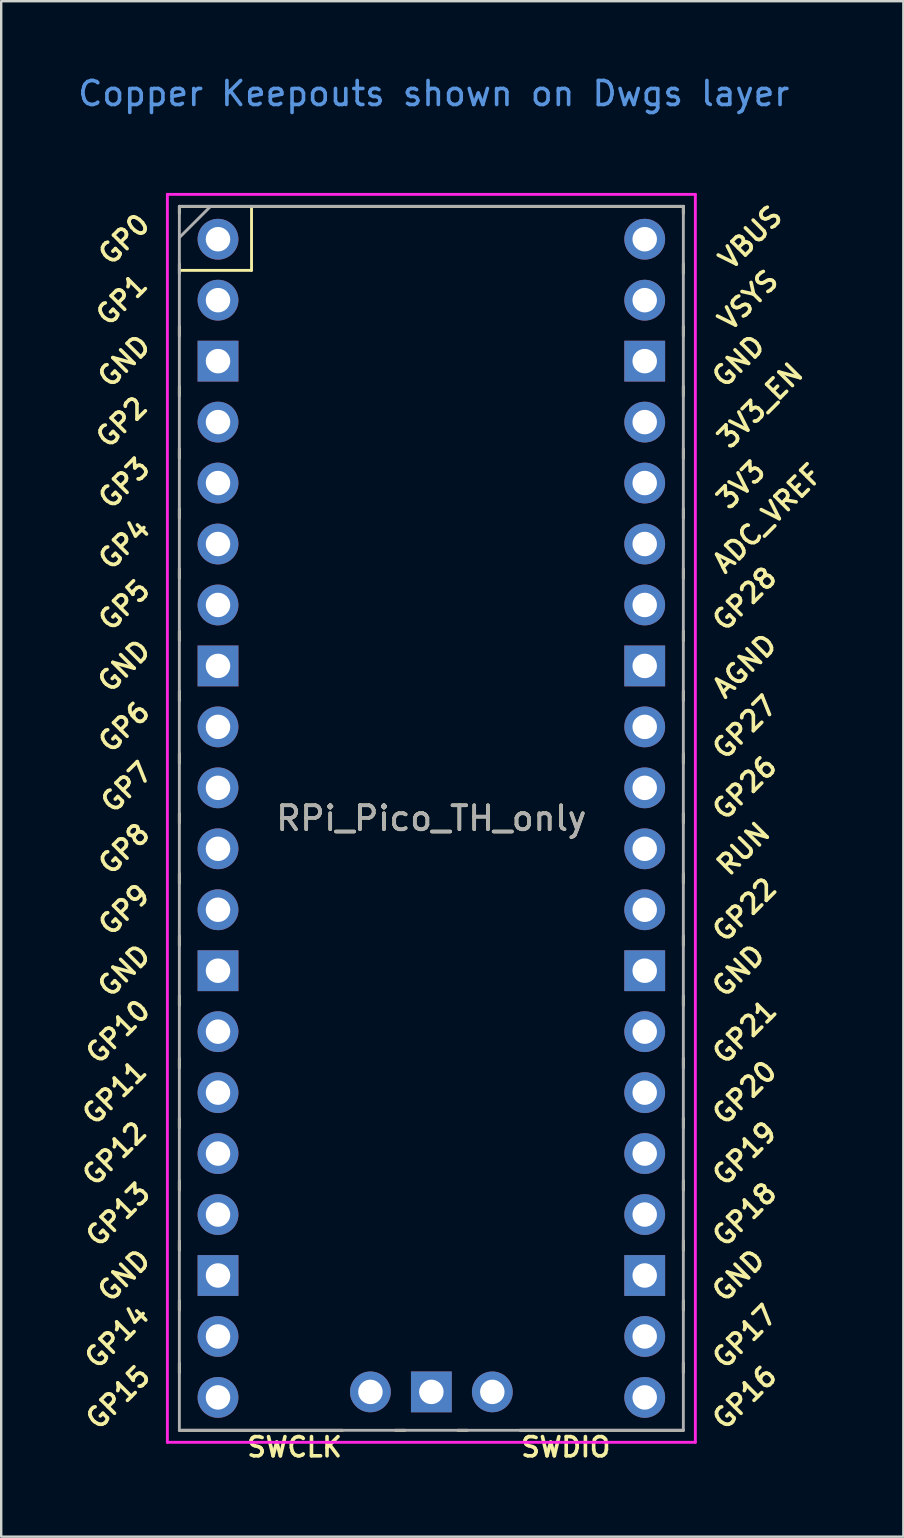
<source format=kicad_pcb>
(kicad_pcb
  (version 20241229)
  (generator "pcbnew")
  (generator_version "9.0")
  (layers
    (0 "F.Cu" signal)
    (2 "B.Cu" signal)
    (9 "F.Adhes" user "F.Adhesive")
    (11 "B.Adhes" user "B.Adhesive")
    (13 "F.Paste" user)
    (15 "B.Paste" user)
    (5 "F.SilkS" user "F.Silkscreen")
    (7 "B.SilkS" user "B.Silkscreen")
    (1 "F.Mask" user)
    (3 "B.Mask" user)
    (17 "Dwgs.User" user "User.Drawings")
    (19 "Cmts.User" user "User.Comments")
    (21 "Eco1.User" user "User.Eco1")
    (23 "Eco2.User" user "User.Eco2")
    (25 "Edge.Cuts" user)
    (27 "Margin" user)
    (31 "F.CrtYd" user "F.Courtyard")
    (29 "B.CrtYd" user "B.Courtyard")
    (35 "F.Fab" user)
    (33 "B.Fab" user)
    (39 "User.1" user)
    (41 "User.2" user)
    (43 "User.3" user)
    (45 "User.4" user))
  (footprint "RPi_Pico_TH_only"
    (layer "F.Cu")
    (at 14.924 31.048)
    (property "Reference" "RPi_Pico_TH_only" (at 0 0 0) (layer "F.SilkS") (effects (font (size 1 1) (thickness 0.15))))
    (attr through_hole)
    (fp_line (start -10.5 -25.5) (end -10.5 -25.2) (stroke (width 0.12) (type solid)) (layer "F.SilkS"))
    (fp_line (start -10.5 -25.5) (end 10.5 -25.5) (stroke (width 0.12) (type solid)) (layer "F.SilkS"))
    (fp_line (start -10.5 -23.1) (end -10.5 -22.7) (stroke (width 0.12) (type solid)) (layer "F.SilkS"))
    (fp_line (start -10.5 -22.833) (end -7.493 -22.833) (stroke (width 0.12) (type solid)) (layer "F.SilkS"))
    (fp_line (start -10.5 -20.5) (end -10.5 -20.1) (stroke (width 0.12) (type solid)) (layer "F.SilkS"))
    (fp_line (start -10.5 -18) (end -10.5 -17.6) (stroke (width 0.12) (type solid)) (layer "F.SilkS"))
    (fp_line (start -10.5 -15.4) (end -10.5 -15) (stroke (width 0.12) (type solid)) (layer "F.SilkS"))
    (fp_line (start -10.5 -12.9) (end -10.5 -12.5) (stroke (width 0.12) (type solid)) (layer "F.SilkS"))
    (fp_line (start -10.5 -10.4) (end -10.5 -10) (stroke (width 0.12) (type solid)) (layer "F.SilkS"))
    (fp_line (start -10.5 -7.8) (end -10.5 -7.4) (stroke (width 0.12) (type solid)) (layer "F.SilkS"))
    (fp_line (start -10.5 -5.3) (end -10.5 -4.9) (stroke (width 0.12) (type solid)) (layer "F.SilkS"))
    (fp_line (start -10.5 -2.7) (end -10.5 -2.3) (stroke (width 0.12) (type solid)) (layer "F.SilkS"))
    (fp_line (start -10.5 -0.2) (end -10.5 0.2) (stroke (width 0.12) (type solid)) (layer "F.SilkS"))
    (fp_line (start -10.5 2.3) (end -10.5 2.7) (stroke (width 0.12) (type solid)) (layer "F.SilkS"))
    (fp_line (start -10.5 4.9) (end -10.5 5.3) (stroke (width 0.12) (type solid)) (layer "F.SilkS"))
    (fp_line (start -10.5 7.4) (end -10.5 7.8) (stroke (width 0.12) (type solid)) (layer "F.SilkS"))
    (fp_line (start -10.5 10) (end -10.5 10.4) (stroke (width 0.12) (type solid)) (layer "F.SilkS"))
    (fp_line (start -10.5 12.5) (end -10.5 12.9) (stroke (width 0.12) (type solid)) (layer "F.SilkS"))
    (fp_line (start -10.5 15.1) (end -10.5 15.5) (stroke (width 0.12) (type solid)) (layer "F.SilkS"))
    (fp_line (start -10.5 17.6) (end -10.5 18) (stroke (width 0.12) (type solid)) (layer "F.SilkS"))
    (fp_line (start -10.5 20.1) (end -10.5 20.5) (stroke (width 0.12) (type solid)) (layer "F.SilkS"))
    (fp_line (start -10.5 22.7) (end -10.5 23.1) (stroke (width 0.12) (type solid)) (layer "F.SilkS"))
    (fp_line (start -7.493 -22.833) (end -7.493 -25.5) (stroke (width 0.12) (type solid)) (layer "F.SilkS"))
    (fp_line (start -3.7 25.5) (end -10.5 25.5) (stroke (width 0.12) (type solid)) (layer "F.SilkS"))
    (fp_line (start -1.5 25.5) (end -1.1 25.5) (stroke (width 0.12) (type solid)) (layer "F.SilkS"))
    (fp_line (start 1.1 25.5) (end 1.5 25.5) (stroke (width 0.12) (type solid)) (layer "F.SilkS"))
    (fp_line (start 10.5 -25.5) (end 10.5 -25.2) (stroke (width 0.12) (type solid)) (layer "F.SilkS"))
    (fp_line (start 10.5 -23.1) (end 10.5 -22.7) (stroke (width 0.12) (type solid)) (layer "F.SilkS"))
    (fp_line (start 10.5 -20.5) (end 10.5 -20.1) (stroke (width 0.12) (type solid)) (layer "F.SilkS"))
    (fp_line (start 10.5 -18) (end 10.5 -17.6) (stroke (width 0.12) (type solid)) (layer "F.SilkS"))
    (fp_line (start 10.5 -15.4) (end 10.5 -15) (stroke (width 0.12) (type solid)) (layer "F.SilkS"))
    (fp_line (start 10.5 -12.9) (end 10.5 -12.5) (stroke (width 0.12) (type solid)) (layer "F.SilkS"))
    (fp_line (start 10.5 -10.4) (end 10.5 -10) (stroke (width 0.12) (type solid)) (layer "F.SilkS"))
    (fp_line (start 10.5 -7.8) (end 10.5 -7.4) (stroke (width 0.12) (type solid)) (layer "F.SilkS"))
    (fp_line (start 10.5 -5.3) (end 10.5 -4.9) (stroke (width 0.12) (type solid)) (layer "F.SilkS"))
    (fp_line (start 10.5 -2.7) (end 10.5 -2.3) (stroke (width 0.12) (type solid)) (layer "F.SilkS"))
    (fp_line (start 10.5 -0.2) (end 10.5 0.2) (stroke (width 0.12) (type solid)) (layer "F.SilkS"))
    (fp_line (start 10.5 2.3) (end 10.5 2.7) (stroke (width 0.12) (type solid)) (layer "F.SilkS"))
    (fp_line (start 10.5 4.9) (end 10.5 5.3) (stroke (width 0.12) (type solid)) (layer "F.SilkS"))
    (fp_line (start 10.5 7.4) (end 10.5 7.8) (stroke (width 0.12) (type solid)) (layer "F.SilkS"))
    (fp_line (start 10.5 10) (end 10.5 10.4) (stroke (width 0.12) (type solid)) (layer "F.SilkS"))
    (fp_line (start 10.5 12.5) (end 10.5 12.9) (stroke (width 0.12) (type solid)) (layer "F.SilkS"))
    (fp_line (start 10.5 15.1) (end 10.5 15.5) (stroke (width 0.12) (type solid)) (layer "F.SilkS"))
    (fp_line (start 10.5 17.6) (end 10.5 18) (stroke (width 0.12) (type solid)) (layer "F.SilkS"))
    (fp_line (start 10.5 20.1) (end 10.5 20.5) (stroke (width 0.12) (type solid)) (layer "F.SilkS"))
    (fp_line (start 10.5 22.7) (end 10.5 23.1) (stroke (width 0.12) (type solid)) (layer "F.SilkS"))
    (fp_line (start 10.5 25.5) (end 3.7 25.5) (stroke (width 0.12) (type solid)) (layer "F.SilkS"))
    (fp_line (start -11 -26) (end 11 -26) (stroke (width 0.12) (type solid)) (layer "F.CrtYd"))
    (fp_line (start -11 26) (end -11 -26) (stroke (width 0.12) (type solid)) (layer "F.CrtYd"))
    (fp_line (start 11 -26) (end 11 26) (stroke (width 0.12) (type solid)) (layer "F.CrtYd"))
    (fp_line (start 11 26) (end -11 26) (stroke (width 0.12) (type solid)) (layer "F.CrtYd"))
    (fp_line (start -10.5 -25.5) (end 10.5 -25.5) (stroke (width 0.12) (type solid)) (layer "F.Fab"))
    (fp_line (start -10.5 -24.2) (end -9.2 -25.5) (stroke (width 0.12) (type solid)) (layer "F.Fab"))
    (fp_line (start -10.5 25.5) (end -10.5 -25.5) (stroke (width 0.12) (type solid)) (layer "F.Fab"))
    (fp_line (start 10.5 -25.5) (end 10.5 25.5) (stroke (width 0.12) (type solid)) (layer "F.Fab"))
    (fp_line (start 10.5 25.5) (end -10.5 25.5) (stroke (width 0.12) (type solid)) (layer "F.Fab"))
    (fp_text user "SWDIO" (at 5.6 26.2 0) (layer "F.SilkS") (effects (font (size 0.8 0.8) (thickness 0.15))))
    (fp_text user "GP1" (at -12.9 -21.6 45) (layer "F.SilkS") (effects (font (size 0.8 0.8) (thickness 0.15))))
    (fp_text user "GP16" (at 13.054 24.13 45) (layer "F.SilkS") (effects (font (size 0.8 0.8) (thickness 0.15))))
    (fp_text user "SWCLK" (at -5.7 26.2 0) (layer "F.SilkS") (effects (font (size 0.8 0.8) (thickness 0.15))))
    (fp_text user "GP12" (at -13.2 13.97 45) (layer "F.SilkS") (effects (font (size 0.8 0.8) (thickness 0.15))))
    (fp_text user "GP26" (at 13.054 -1.27 45) (layer "F.SilkS") (effects (font (size 0.8 0.8) (thickness 0.15))))
    (fp_text user "GP20" (at 13.054 11.43 45) (layer "F.SilkS") (effects (font (size 0.8 0.8) (thickness 0.15))))
    (fp_text user "GP13" (at -13.054 16.51 45) (layer "F.SilkS") (effects (font (size 0.8 0.8) (thickness 0.15))))
    (fp_text user "GP19" (at 13.054 13.97 45) (layer "F.SilkS") (effects (font (size 0.8 0.8) (thickness 0.15))))
    (fp_text user "GP4" (at -12.8 -11.43 45) (layer "F.SilkS") (effects (font (size 0.8 0.8) (thickness 0.15))))
    (fp_text user "GP2" (at -12.9 -16.51 45) (layer "F.SilkS") (effects (font (size 0.8 0.8) (thickness 0.15))))
    (fp_text user "GP17" (at 13.054 21.59 45) (layer "F.SilkS") (effects (font (size 0.8 0.8) (thickness 0.15))))
    (fp_text user "GP7" (at -12.7 -1.3 45) (layer "F.SilkS") (effects (font (size 0.8 0.8) (thickness 0.15))))
    (fp_text user "GND" (at -12.8 -19.05 45) (layer "F.SilkS") (effects (font (size 0.8 0.8) (thickness 0.15))))
    (fp_text user "VSYS" (at 13.2 -21.59 45) (layer "F.SilkS") (effects (font (size 0.8 0.8) (thickness 0.15))))
    (fp_text user "GP15" (at -13.054 24.13 45) (layer "F.SilkS") (effects (font (size 0.8 0.8) (thickness 0.15))))
    (fp_text user "GP8" (at -12.8 1.27 45) (layer "F.SilkS") (effects (font (size 0.8 0.8) (thickness 0.15))))
    (fp_text user "GP22" (at 13.054 3.81 45) (layer "F.SilkS") (effects (font (size 0.8 0.8) (thickness 0.15))))
    (fp_text user "RUN" (at 13 1.27 45) (layer "F.SilkS") (effects (font (size 0.8 0.8) (thickness 0.15))))
    (fp_text user "3V3" (at 12.9 -13.9 45) (layer "F.SilkS") (effects (font (size 0.8 0.8) (thickness 0.15))))
    (fp_text user "GP28" (at 13.054 -9.144 45) (layer "F.SilkS") (effects (font (size 0.8 0.8) (thickness 0.15))))
    (fp_text user "GP0" (at -12.8 -24.13 45) (layer "F.SilkS") (effects (font (size 0.8 0.8) (thickness 0.15))))
    (fp_text user "GND" (at -12.8 19.05 45) (layer "F.SilkS") (effects (font (size 0.8 0.8) (thickness 0.15))))
    (fp_text user "AGND" (at 13.054 -6.35 45) (layer "F.SilkS") (effects (font (size 0.8 0.8) (thickness 0.15))))
    (fp_text user "GND" (at 12.8 19.05 45) (layer "F.SilkS") (effects (font (size 0.8 0.8) (thickness 0.15))))
    (fp_text user "VBUS" (at 13.3 -24.2 45) (layer "F.SilkS") (effects (font (size 0.8 0.8) (thickness 0.15))))
    (fp_text user "GP21" (at 13.054 8.9 45) (layer "F.SilkS") (effects (font (size 0.8 0.8) (thickness 0.15))))
    (fp_text user "3V3_EN" (at 13.7 -17.2 45) (layer "F.SilkS") (effects (font (size 0.8 0.8) (thickness 0.15))))
    (fp_text user "GND" (at -12.8 -6.35 45) (layer "F.SilkS") (effects (font (size 0.8 0.8) (thickness 0.15))))
    (fp_text user "GP18" (at 13.054 16.51 45) (layer "F.SilkS") (effects (font (size 0.8 0.8) (thickness 0.15))))
    (fp_text user "GP5" (at -12.8 -8.89 45) (layer "F.SilkS") (effects (font (size 0.8 0.8) (thickness 0.15))))
    (fp_text user "GP10" (at -13.054 8.89 45) (layer "F.SilkS") (effects (font (size 0.8 0.8) (thickness 0.15))))
    (fp_text user "GND" (at 12.8 6.35 45) (layer "F.SilkS") (effects (font (size 0.8 0.8) (thickness 0.15))))
    (fp_text user "GP3" (at -12.8 -13.97 45) (layer "F.SilkS") (effects (font (size 0.8 0.8) (thickness 0.15))))
    (fp_text user "ADC_VREF" (at 14 -12.5 45) (layer "F.SilkS") (effects (font (size 0.8 0.8) (thickness 0.15))))
    (fp_text user "GP6" (at -12.8 -3.81 45) (layer "F.SilkS") (effects (font (size 0.8 0.8) (thickness 0.15))))
    (fp_text user "GP9" (at -12.8 3.81 45) (layer "F.SilkS") (effects (font (size 0.8 0.8) (thickness 0.15))))
    (fp_text user "GP27" (at 13.054 -3.8 45) (layer "F.SilkS") (effects (font (size 0.8 0.8) (thickness 0.15))))
    (fp_text user "GND" (at 12.8 -19.05 45) (layer "F.SilkS") (effects (font (size 0.8 0.8) (thickness 0.15))))
    (fp_text user "GND" (at -12.8 6.35 45) (layer "F.SilkS") (effects (font (size 0.8 0.8) (thickness 0.15))))
    (fp_text user "GP14" (at -13.1 21.59 45) (layer "F.SilkS") (effects (font (size 0.8 0.8) (thickness 0.15))))
    (fp_text user "GP11" (at -13.2 11.43 45) (layer "F.SilkS") (effects (font (size 0.8 0.8) (thickness 0.15))))
    (fp_text user "Copper Keepouts shown on Dwgs layer" (at 0.1 -30.2 0) (layer "Cmts.User") (effects (font (size 1 1) (thickness 0.15))))
    (fp_text user "${REFERENCE}" (at 0 0 180) (layer "F.Fab") (effects (font (size 1 1) (thickness 0.15))))
    (pad "1" thru_hole oval (at -8.89 -24.13) (size 1.7 1.7) (drill 1.02) (layers "*.Cu" "*.Mask"))
    (pad "2" thru_hole oval (at -8.89 -21.59) (size 1.7 1.7) (drill 1.02) (layers "*.Cu" "*.Mask"))
    (pad "3" thru_hole rect (at -8.89 -19.05) (size 1.7 1.7) (drill 1.02) (layers "*.Cu" "*.Mask"))
    (pad "4" thru_hole oval (at -8.89 -16.51) (size 1.7 1.7) (drill 1.02) (layers "*.Cu" "*.Mask"))
    (pad "5" thru_hole oval (at -8.89 -13.97) (size 1.7 1.7) (drill 1.02) (layers "*.Cu" "*.Mask"))
    (pad "6" thru_hole oval (at -8.89 -11.43) (size 1.7 1.7) (drill 1.02) (layers "*.Cu" "*.Mask"))
    (pad "7" thru_hole oval (at -8.89 -8.89) (size 1.7 1.7) (drill 1.02) (layers "*.Cu" "*.Mask"))
    (pad "8" thru_hole rect (at -8.89 -6.35) (size 1.7 1.7) (drill 1.02) (layers "*.Cu" "*.Mask"))
    (pad "9" thru_hole oval (at -8.89 -3.81) (size 1.7 1.7) (drill 1.02) (layers "*.Cu" "*.Mask"))
    (pad "10" thru_hole oval (at -8.89 -1.27) (size 1.7 1.7) (drill 1.02) (layers "*.Cu" "*.Mask"))
    (pad "11" thru_hole oval (at -8.89 1.27) (size 1.7 1.7) (drill 1.02) (layers "*.Cu" "*.Mask"))
    (pad "12" thru_hole oval (at -8.89 3.81) (size 1.7 1.7) (drill 1.02) (layers "*.Cu" "*.Mask"))
    (pad "13" thru_hole rect (at -8.89 6.35) (size 1.7 1.7) (drill 1.02) (layers "*.Cu" "*.Mask"))
    (pad "14" thru_hole oval (at -8.89 8.89) (size 1.7 1.7) (drill 1.02) (layers "*.Cu" "*.Mask"))
    (pad "15" thru_hole oval (at -8.89 11.43) (size 1.7 1.7) (drill 1.02) (layers "*.Cu" "*.Mask"))
    (pad "16" thru_hole oval (at -8.89 13.97) (size 1.7 1.7) (drill 1.02) (layers "*.Cu" "*.Mask"))
    (pad "17" thru_hole oval (at -8.89 16.51) (size 1.7 1.7) (drill 1.02) (layers "*.Cu" "*.Mask"))
    (pad "18" thru_hole rect (at -8.89 19.05) (size 1.7 1.7) (drill 1.02) (layers "*.Cu" "*.Mask"))
    (pad "19" thru_hole oval (at -8.89 21.59) (size 1.7 1.7) (drill 1.02) (layers "*.Cu" "*.Mask"))
    (pad "20" thru_hole oval (at -8.89 24.13) (size 1.7 1.7) (drill 1.02) (layers "*.Cu" "*.Mask"))
    (pad "21" thru_hole oval (at 8.89 24.13) (size 1.7 1.7) (drill 1.02) (layers "*.Cu" "*.Mask"))
    (pad "22" thru_hole oval (at 8.89 21.59) (size 1.7 1.7) (drill 1.02) (layers "*.Cu" "*.Mask"))
    (pad "23" thru_hole rect (at 8.89 19.05) (size 1.7 1.7) (drill 1.02) (layers "*.Cu" "*.Mask"))
    (pad "24" thru_hole oval (at 8.89 16.51) (size 1.7 1.7) (drill 1.02) (layers "*.Cu" "*.Mask"))
    (pad "25" thru_hole oval (at 8.89 13.97) (size 1.7 1.7) (drill 1.02) (layers "*.Cu" "*.Mask"))
    (pad "26" thru_hole oval (at 8.89 11.43) (size 1.7 1.7) (drill 1.02) (layers "*.Cu" "*.Mask"))
    (pad "27" thru_hole oval (at 8.89 8.89) (size 1.7 1.7) (drill 1.02) (layers "*.Cu" "*.Mask"))
    (pad "28" thru_hole rect (at 8.89 6.35) (size 1.7 1.7) (drill 1.02) (layers "*.Cu" "*.Mask"))
    (pad "29" thru_hole oval (at 8.89 3.81) (size 1.7 1.7) (drill 1.02) (layers "*.Cu" "*.Mask"))
    (pad "30" thru_hole oval (at 8.89 1.27) (size 1.7 1.7) (drill 1.02) (layers "*.Cu" "*.Mask"))
    (pad "31" thru_hole oval (at 8.89 -1.27) (size 1.7 1.7) (drill 1.02) (layers "*.Cu" "*.Mask"))
    (pad "32" thru_hole oval (at 8.89 -3.81) (size 1.7 1.7) (drill 1.02) (layers "*.Cu" "*.Mask"))
    (pad "33" thru_hole rect (at 8.89 -6.35) (size 1.7 1.7) (drill 1.02) (layers "*.Cu" "*.Mask"))
    (pad "34" thru_hole oval (at 8.89 -8.89) (size 1.7 1.7) (drill 1.02) (layers "*.Cu" "*.Mask"))
    (pad "35" thru_hole oval (at 8.89 -11.43) (size 1.7 1.7) (drill 1.02) (layers "*.Cu" "*.Mask"))
    (pad "36" thru_hole oval (at 8.89 -13.97) (size 1.7 1.7) (drill 1.02) (layers "*.Cu" "*.Mask"))
    (pad "37" thru_hole oval (at 8.89 -16.51) (size 1.7 1.7) (drill 1.02) (layers "*.Cu" "*.Mask"))
    (pad "38" thru_hole rect (at 8.89 -19.05) (size 1.7 1.7) (drill 1.02) (layers "*.Cu" "*.Mask"))
    (pad "39" thru_hole oval (at 8.89 -21.59) (size 1.7 1.7) (drill 1.02) (layers "*.Cu" "*.Mask"))
    (pad "40" thru_hole oval (at 8.89 -24.13) (size 1.7 1.7) (drill 1.02) (layers "*.Cu" "*.Mask"))
    (pad "41" thru_hole oval (at -2.54 23.9) (size 1.7 1.7) (drill 1.02) (layers "*.Cu" "*.Mask"))
    (pad "42" thru_hole rect (at 0 23.9) (size 1.7 1.7) (drill 1.02) (layers "*.Cu" "*.Mask"))
    (pad "43" thru_hole oval (at 2.54 23.9) (size 1.7 1.7) (drill 1.02) (layers "*.Cu" "*.Mask")))
  (gr_rect
    (start -3 -3)
    (end 34.591 60.98)
    (stroke (width 0.1) (type default))
    (fill no)
    (layer "Edge.Cuts")))
</source>
